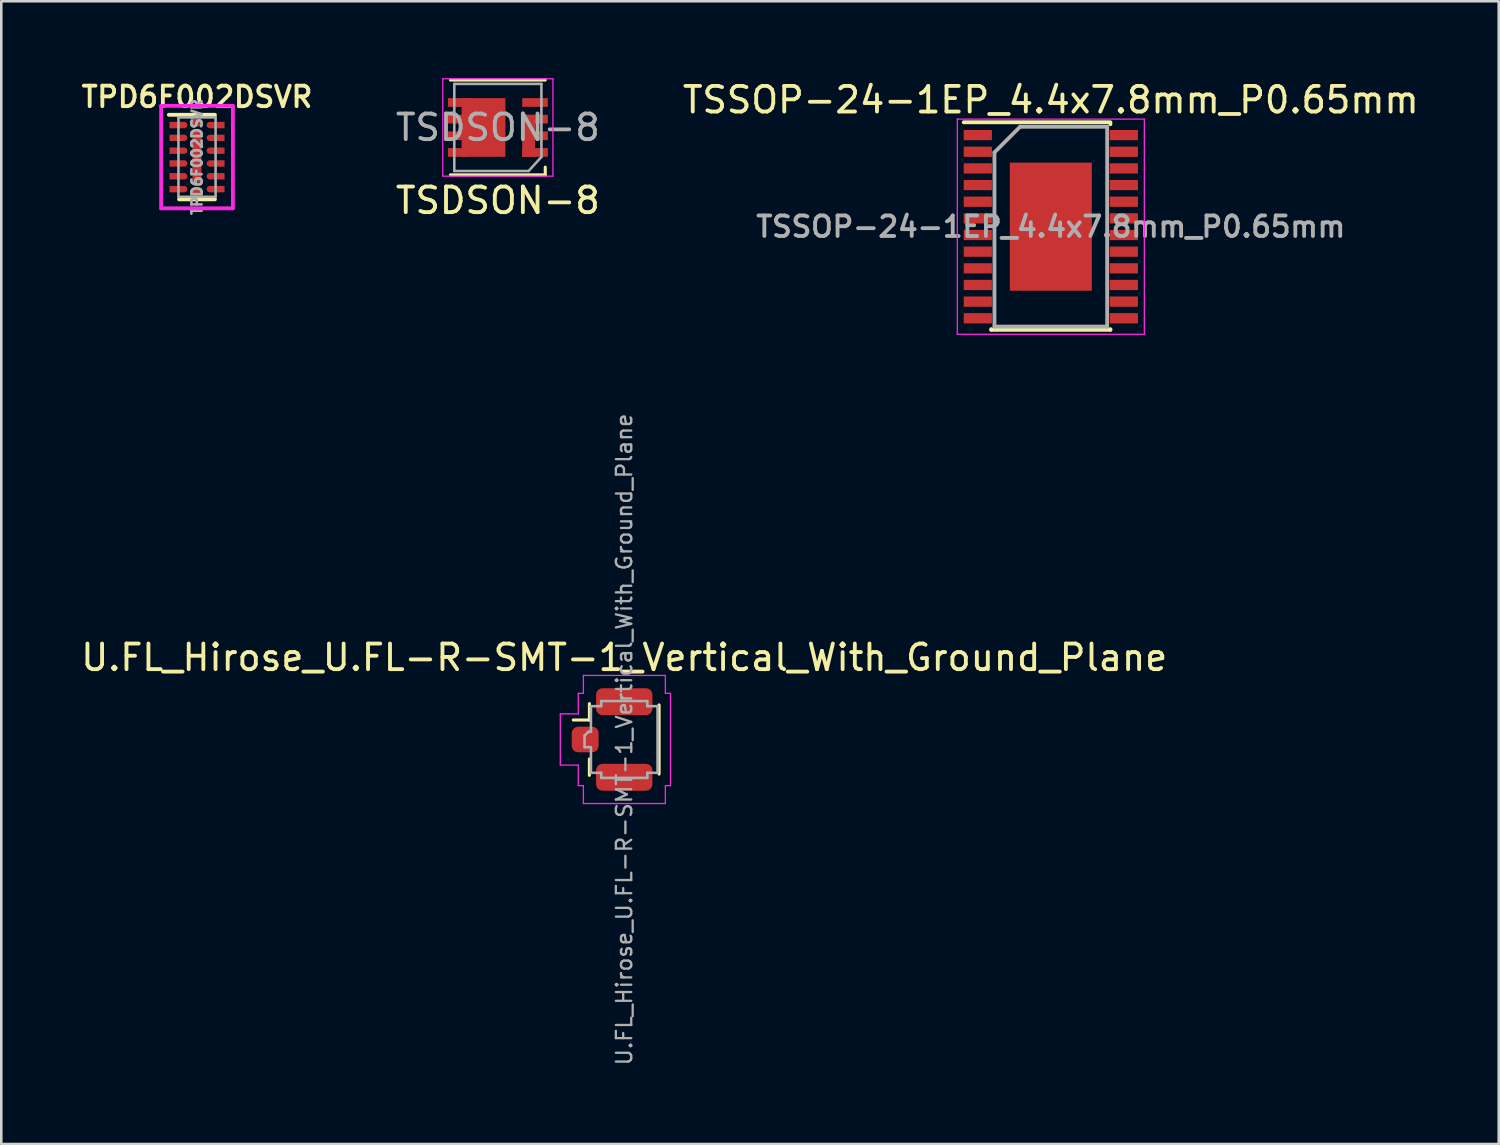
<source format=kicad_pcb>
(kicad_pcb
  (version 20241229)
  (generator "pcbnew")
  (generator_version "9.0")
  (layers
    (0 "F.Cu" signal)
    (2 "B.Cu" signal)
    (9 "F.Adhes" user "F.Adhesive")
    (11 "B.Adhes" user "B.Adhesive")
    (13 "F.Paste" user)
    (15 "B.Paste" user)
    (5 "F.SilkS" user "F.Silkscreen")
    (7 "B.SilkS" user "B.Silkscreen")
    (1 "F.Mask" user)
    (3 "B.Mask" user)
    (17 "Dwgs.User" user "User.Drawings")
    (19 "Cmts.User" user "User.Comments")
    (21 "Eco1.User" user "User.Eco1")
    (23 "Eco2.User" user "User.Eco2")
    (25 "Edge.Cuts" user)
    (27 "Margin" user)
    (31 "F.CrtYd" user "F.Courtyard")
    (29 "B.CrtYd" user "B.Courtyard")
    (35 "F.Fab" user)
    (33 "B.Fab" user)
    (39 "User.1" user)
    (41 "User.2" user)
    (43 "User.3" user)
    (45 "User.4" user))
  (footprint "TPD6F002DSVR"
    (layer "F.Cu")
    (at 4.64 3.081)
    (property "Reference" "TPD6F002DSVR" (at 0 -2.35 0) (layer "F.SilkS") (effects (font (size 0.8 0.8) (thickness 0.15))))
    (attr smd)
    (fp_line (start -1.1 -1.65) (end 0.7 -1.65) (stroke (width 0.15) (type solid)) (layer "F.SilkS"))
    (fp_line (start -0.7 1.65) (end 0.7 1.65) (stroke (width 0.15) (type solid)) (layer "F.SilkS"))
    (fp_line (start -1.4 -2) (end -1.4 2) (stroke (width 0.15) (type solid)) (layer "F.CrtYd"))
    (fp_line (start 1.4 -2) (end -1.4 -2) (stroke (width 0.15) (type solid)) (layer "F.CrtYd"))
    (fp_line (start 1.4 -2) (end 1.4 2) (stroke (width 0.15) (type solid)) (layer "F.CrtYd"))
    (fp_line (start 1.4 2) (end -1.4 2) (stroke (width 0.15) (type solid)) (layer "F.CrtYd"))
    (fp_line (start -0.725 -1.55) (end 0.725 -1.55) (stroke (width 0.1) (type solid)) (layer "F.Fab"))
    (fp_line (start -0.725 1.55) (end -0.725 -1.55) (stroke (width 0.1) (type solid)) (layer "F.Fab"))
    (fp_line (start -0.725 1.55) (end 0.725 1.55) (stroke (width 0.1) (type solid)) (layer "F.Fab"))
    (fp_line (start 0.725 1.55) (end 0.725 -1.55) (stroke (width 0.1) (type solid)) (layer "F.Fab"))
    (fp_text user "${REFERENCE}" (at 0 0 90) (layer "F.Fab") (effects (font (size 0.4 0.4) (thickness 0.1))))
    (pad "" smd rect (at 0 -1.375) (size 0.3 0.25) (layers "F.Paste"))
    (pad "" smd rect (at 0 -0.55) (size 0.3 0.8) (layers "F.Paste"))
    (pad "" smd rect (at 0 0.55) (size 0.3 0.8) (layers "F.Paste"))
    (pad "" smd rect (at 0 1.375) (size 0.3 0.25) (layers "F.Paste"))
    (pad "1" smd custom (at -0.787 -1.25 270) (size 0.25 0.575) (layers "F.Cu" "F.Mask" "F.Paste") (options (anchor rect)) (primitives (gr_circle (center 0 -0.287) (end 0.115 -0.287) (width 0.02) (fill yes)) (gr_rect (start -0.125 -0.287) (end 0.125 0.287) (width 0) (fill yes))))
    (pad "2" smd custom (at -0.787 -0.75 270) (size 0.25 0.575) (layers "F.Cu" "F.Mask" "F.Paste") (options (anchor rect)) (primitives (gr_circle (center 0 -0.287) (end 0.115 -0.287) (width 0.02) (fill yes)) (gr_rect (start -0.125 -0.287) (end 0.125 0.287) (width 0) (fill yes))))
    (pad "3" smd custom (at -0.787 -0.25 270) (size 0.25 0.575) (layers "F.Cu" "F.Mask" "F.Paste") (options (anchor rect)) (primitives (gr_circle (center 0 -0.287) (end 0.115 -0.287) (width 0.02) (fill yes)) (gr_rect (start -0.125 -0.287) (end 0.125 0.287) (width 0) (fill yes))))
    (pad "4" smd custom (at -0.787 0.25 270) (size 0.25 0.575) (layers "F.Cu" "F.Mask" "F.Paste") (options (anchor rect)) (primitives (gr_circle (center 0 -0.287) (end 0.115 -0.287) (width 0.02) (fill yes)) (gr_rect (start -0.125 -0.287) (end 0.125 0.287) (width 0) (fill yes))))
    (pad "5" smd custom (at -0.787 0.75 270) (size 0.25 0.575) (layers "F.Cu" "F.Mask" "F.Paste") (options (anchor rect)) (primitives (gr_circle (center 0 -0.287) (end 0.115 -0.287) (width 0.02) (fill yes)) (gr_rect (start -0.125 -0.287) (end 0.125 0.287) (width 0) (fill yes))))
    (pad "6" smd custom (at -0.787 1.25 270) (size 0.25 0.575) (layers "F.Cu" "F.Mask" "F.Paste") (options (anchor rect)) (primitives (gr_circle (center 0 -0.287) (end 0.115 -0.287) (width 0.02) (fill yes)) (gr_rect (start -0.125 -0.287) (end 0.125 0.287) (width 0) (fill yes))))
    (pad "7" smd custom (at 0.787 1.25 90) (size 0.25 0.575) (layers "F.Cu" "F.Mask" "F.Paste") (options (anchor rect)) (primitives (gr_circle (center 0 -0.287) (end 0.115 -0.287) (width 0.02) (fill yes)) (gr_rect (start -0.125 -0.287) (end 0.125 0.287) (width 0) (fill yes))))
    (pad "8" smd custom (at 0.787 0.75 90) (size 0.25 0.575) (layers "F.Cu" "F.Mask" "F.Paste") (options (anchor rect)) (primitives (gr_circle (center 0 -0.287) (end 0.115 -0.287) (width 0.02) (fill yes)) (gr_rect (start -0.125 -0.287) (end 0.125 0.287) (width 0) (fill yes))))
    (pad "9" smd custom (at 0.787 0.25 90) (size 0.25 0.575) (layers "F.Cu" "F.Mask" "F.Paste") (options (anchor rect)) (primitives (gr_circle (center 0 -0.287) (end 0.115 -0.287) (width 0.02) (fill yes)) (gr_rect (start -0.125 -0.287) (end 0.125 0.287) (width 0) (fill yes))))
    (pad "10" smd custom (at 0.787 -0.25 90) (size 0.25 0.575) (layers "F.Cu" "F.Mask" "F.Paste") (options (anchor rect)) (primitives (gr_circle (center 0 -0.287) (end 0.115 -0.287) (width 0.02) (fill yes)) (gr_rect (start -0.125 -0.287) (end 0.125 0.287) (width 0) (fill yes))))
    (pad "11" smd custom (at 0.787 -0.75 90) (size 0.25 0.575) (layers "F.Cu" "F.Mask" "F.Paste") (options (anchor rect)) (primitives (gr_circle (center 0 -0.287) (end 0.115 -0.287) (width 0.02) (fill yes)) (gr_rect (start -0.125 -0.287) (end 0.125 0.287) (width 0) (fill yes))))
    (pad "12" smd custom (at 0.787 -1.25 90) (size 0.25 0.575) (layers "F.Cu" "F.Mask" "F.Paste") (options (anchor rect)) (primitives (gr_circle (center 0 -0.287) (end 0.115 -0.287) (width 0.02) (fill yes)) (gr_rect (start -0.125 -0.287) (end 0.125 0.287) (width 0) (fill yes))))
    (pad "13" smd rect (at 0 -1.35) (size 0.35 0.3) (layers "F.Cu" "F.Mask"))
    (pad "13" smd rect (at 0 0) (size 0.35 2) (layers "F.Cu" "F.Mask"))
    (pad "13" smd rect (at 0 1.35) (size 0.35 0.3) (layers "F.Cu" "F.Mask")))
  (footprint "TSSOP-24-1EP_4.4x7.8mm_P0.65mm"
    (layer "F.Cu")
    (at 37.965 5.798)
    (property "Reference" "TSSOP-24-1EP_4.4x7.8mm_P0.65mm" (at 0 -4.95 0) (layer "F.SilkS") (effects (font (size 1 1) (thickness 0.15))))
    (attr smd)
    (fp_line (start -3.4 -4.075) (end 2.325 -4.075) (stroke (width 0.15) (type solid)) (layer "F.SilkS"))
    (fp_line (start -2.325 4.025) (end -2.325 4) (stroke (width 0.15) (type solid)) (layer "F.SilkS"))
    (fp_line (start -2.325 4.025) (end 2.325 4.025) (stroke (width 0.15) (type solid)) (layer "F.SilkS"))
    (fp_line (start 2.325 -4.025) (end 2.325 -4) (stroke (width 0.15) (type solid)) (layer "F.SilkS"))
    (fp_line (start 2.325 4.025) (end 2.325 4) (stroke (width 0.15) (type solid)) (layer "F.SilkS"))
    (fp_line (start -3.65 -4.2) (end -3.65 4.2) (stroke (width 0.05) (type solid)) (layer "F.CrtYd"))
    (fp_line (start -3.65 -4.2) (end 3.65 -4.2) (stroke (width 0.05) (type solid)) (layer "F.CrtYd"))
    (fp_line (start -3.65 4.2) (end 3.65 4.2) (stroke (width 0.05) (type solid)) (layer "F.CrtYd"))
    (fp_line (start 3.65 -4.2) (end 3.65 4.2) (stroke (width 0.05) (type solid)) (layer "F.CrtYd"))
    (fp_line (start -2.2 -2.9) (end -1.2 -3.9) (stroke (width 0.15) (type solid)) (layer "F.Fab"))
    (fp_line (start -2.2 3.9) (end -2.2 -2.9) (stroke (width 0.15) (type solid)) (layer "F.Fab"))
    (fp_line (start -1.2 -3.9) (end 2.2 -3.9) (stroke (width 0.15) (type solid)) (layer "F.Fab"))
    (fp_line (start 2.2 -3.9) (end 2.2 3.9) (stroke (width 0.15) (type solid)) (layer "F.Fab"))
    (fp_line (start 2.2 3.9) (end -2.2 3.9) (stroke (width 0.15) (type solid)) (layer "F.Fab"))
    (fp_text user "${REFERENCE}" (at 0 0 0) (layer "F.Fab") (effects (font (size 0.8 0.8) (thickness 0.15))))
    (pad "1" smd rect (at -2.85 -3.575) (size 1.1 0.4) (layers "F.Cu" "F.Mask" "F.Paste"))
    (pad "2" smd rect (at -2.85 -2.925) (size 1.1 0.4) (layers "F.Cu" "F.Mask" "F.Paste"))
    (pad "3" smd rect (at -2.85 -2.275) (size 1.1 0.4) (layers "F.Cu" "F.Mask" "F.Paste"))
    (pad "4" smd rect (at -2.85 -1.625) (size 1.1 0.4) (layers "F.Cu" "F.Mask" "F.Paste"))
    (pad "5" smd rect (at -2.85 -0.975) (size 1.1 0.4) (layers "F.Cu" "F.Mask" "F.Paste"))
    (pad "6" smd rect (at -2.85 -0.325) (size 1.1 0.4) (layers "F.Cu" "F.Mask" "F.Paste"))
    (pad "7" smd rect (at -2.85 0.325) (size 1.1 0.4) (layers "F.Cu" "F.Mask" "F.Paste"))
    (pad "8" smd rect (at -2.85 0.975) (size 1.1 0.4) (layers "F.Cu" "F.Mask" "F.Paste"))
    (pad "9" smd rect (at -2.85 1.625) (size 1.1 0.4) (layers "F.Cu" "F.Mask" "F.Paste"))
    (pad "10" smd rect (at -2.85 2.275) (size 1.1 0.4) (layers "F.Cu" "F.Mask" "F.Paste"))
    (pad "11" smd rect (at -2.85 2.925) (size 1.1 0.4) (layers "F.Cu" "F.Mask" "F.Paste"))
    (pad "12" smd rect (at -2.85 3.575) (size 1.1 0.4) (layers "F.Cu" "F.Mask" "F.Paste"))
    (pad "13" smd rect (at 2.85 3.575) (size 1.1 0.4) (layers "F.Cu" "F.Mask" "F.Paste"))
    (pad "14" smd rect (at 2.85 2.925) (size 1.1 0.4) (layers "F.Cu" "F.Mask" "F.Paste"))
    (pad "15" smd rect (at 2.85 2.275) (size 1.1 0.4) (layers "F.Cu" "F.Mask" "F.Paste"))
    (pad "16" smd rect (at 2.85 1.625) (size 1.1 0.4) (layers "F.Cu" "F.Mask" "F.Paste"))
    (pad "17" smd rect (at 2.85 0.975) (size 1.1 0.4) (layers "F.Cu" "F.Mask" "F.Paste"))
    (pad "18" smd rect (at 2.85 0.325) (size 1.1 0.4) (layers "F.Cu" "F.Mask" "F.Paste"))
    (pad "19" smd rect (at 2.85 -0.325) (size 1.1 0.4) (layers "F.Cu" "F.Mask" "F.Paste"))
    (pad "20" smd rect (at 2.85 -0.975) (size 1.1 0.4) (layers "F.Cu" "F.Mask" "F.Paste"))
    (pad "21" smd rect (at 2.85 -1.625) (size 1.1 0.4) (layers "F.Cu" "F.Mask" "F.Paste"))
    (pad "22" smd rect (at 2.85 -2.275) (size 1.1 0.4) (layers "F.Cu" "F.Mask" "F.Paste"))
    (pad "23" smd rect (at 2.85 -2.925) (size 1.1 0.4) (layers "F.Cu" "F.Mask" "F.Paste"))
    (pad "24" smd rect (at 2.85 -3.575) (size 1.1 0.4) (layers "F.Cu" "F.Mask" "F.Paste"))
    (pad "25" smd rect (at 0 0) (size 3.2 5) (layers "F.Cu" "F.Mask" "F.Paste")))
  (footprint "U.FL_Hirose_U.FL-R-SMT-1_Vertical_With_Ground_Plane"
    (layer "F.Cu")
    (at 20.84 25.813)
    (property "Reference" "U.FL_Hirose_U.FL-R-SMT-1_Vertical_With_Ground_Plane" (at 0.475 -3.2 0) (layer "F.SilkS") (effects (font (size 1 1) (thickness 0.15))))
    (attr smd)
    (fp_rect (start -0.515 -0.94) (end 1.575 0.94) (stroke (width 0) (type solid)) (fill yes) (layer "F.Mask"))
    (fp_line (start -0.885 -1.4) (end -0.885 -0.76) (stroke (width 0.12) (type solid)) (layer "F.SilkS"))
    (fp_line (start -0.885 -0.76) (end -1.515 -0.76) (stroke (width 0.12) (type solid)) (layer "F.SilkS"))
    (fp_line (start -0.885 1.4) (end -0.885 0.76) (stroke (width 0.12) (type solid)) (layer "F.SilkS"))
    (fp_line (start 1.835 -1.35) (end 1.835 1.35) (stroke (width 0.12) (type solid)) (layer "F.SilkS"))
    (fp_line (start -2.02 1) (end -2.02 -1) (stroke (width 0.05) (type solid)) (layer "F.CrtYd"))
    (fp_line (start -1.32 -1.8) (end -1.12 -1.8) (stroke (width 0.05) (type solid)) (layer "F.CrtYd"))
    (fp_line (start -1.32 -1) (end -2.02 -1) (stroke (width 0.05) (type solid)) (layer "F.CrtYd"))
    (fp_line (start -1.32 -1) (end -1.32 -1.8) (stroke (width 0.05) (type solid)) (layer "F.CrtYd"))
    (fp_line (start -1.32 1) (end -2.02 1) (stroke (width 0.05) (type solid)) (layer "F.CrtYd"))
    (fp_line (start -1.32 1.8) (end -1.32 1) (stroke (width 0.05) (type solid)) (layer "F.CrtYd"))
    (fp_line (start -1.32 1.8) (end -1.12 1.8) (stroke (width 0.05) (type solid)) (layer "F.CrtYd"))
    (fp_line (start -1.12 -1.8) (end -1.12 -2.5) (stroke (width 0.05) (type solid)) (layer "F.CrtYd"))
    (fp_line (start -1.12 2.5) (end -1.12 1.8) (stroke (width 0.05) (type solid)) (layer "F.CrtYd"))
    (fp_line (start 2.08 -2.5) (end -1.12 -2.5) (stroke (width 0.05) (type solid)) (layer "F.CrtYd"))
    (fp_line (start 2.08 -1.8) (end 2.08 -2.5) (stroke (width 0.05) (type solid)) (layer "F.CrtYd"))
    (fp_line (start 2.08 -1.8) (end 2.28 -1.8) (stroke (width 0.05) (type solid)) (layer "F.CrtYd"))
    (fp_line (start 2.08 1.8) (end 2.28 1.8) (stroke (width 0.05) (type solid)) (layer "F.CrtYd"))
    (fp_line (start 2.08 2.5) (end -1.12 2.5) (stroke (width 0.05) (type solid)) (layer "F.CrtYd"))
    (fp_line (start 2.08 2.5) (end 2.08 1.8) (stroke (width 0.05) (type solid)) (layer "F.CrtYd"))
    (fp_line (start 2.28 1.8) (end 2.28 -1.8) (stroke (width 0.05) (type solid)) (layer "F.CrtYd"))
    (fp_line (start -1.075 0.3) (end -1.075 -0.15) (stroke (width 0.1) (type solid)) (layer "F.Fab"))
    (fp_line (start -1.075 0.3) (end -0.825 0.3) (stroke (width 0.1) (type solid)) (layer "F.Fab"))
    (fp_line (start -0.925 -0.3) (end -1.075 -0.15) (stroke (width 0.1) (type solid)) (layer "F.Fab"))
    (fp_line (start -0.925 -0.3) (end -0.825 -0.3) (stroke (width 0.1) (type solid)) (layer "F.Fab"))
    (fp_line (start -0.825 -0.3) (end -0.825 -1.3) (stroke (width 0.1) (type solid)) (layer "F.Fab"))
    (fp_line (start -0.825 0.3) (end -0.825 1.3) (stroke (width 0.1) (type solid)) (layer "F.Fab"))
    (fp_line (start -0.425 -1.5) (end -0.425 -1.3) (stroke (width 0.1) (type solid)) (layer "F.Fab"))
    (fp_line (start -0.425 -1.5) (end 1.375 -1.5) (stroke (width 0.1) (type solid)) (layer "F.Fab"))
    (fp_line (start -0.425 -1.3) (end -0.825 -1.3) (stroke (width 0.1) (type solid)) (layer "F.Fab"))
    (fp_line (start -0.425 1.3) (end -0.825 1.3) (stroke (width 0.1) (type solid)) (layer "F.Fab"))
    (fp_line (start -0.425 1.5) (end -0.425 1.3) (stroke (width 0.1) (type solid)) (layer "F.Fab"))
    (fp_line (start -0.425 1.5) (end 1.375 1.5) (stroke (width 0.1) (type solid)) (layer "F.Fab"))
    (fp_line (start 1.375 -1.5) (end 1.375 -1.3) (stroke (width 0.1) (type solid)) (layer "F.Fab"))
    (fp_line (start 1.375 1.5) (end 1.375 1.3) (stroke (width 0.1) (type solid)) (layer "F.Fab"))
    (fp_line (start 1.775 -1.3) (end 1.375 -1.3) (stroke (width 0.1) (type solid)) (layer "F.Fab"))
    (fp_line (start 1.775 -1.3) (end 1.775 1.3) (stroke (width 0.1) (type solid)) (layer "F.Fab"))
    (fp_line (start 1.775 1.3) (end 1.375 1.3) (stroke (width 0.1) (type solid)) (layer "F.Fab"))
    (fp_text user "${REFERENCE}" (at 0.475 0 90) (layer "F.Fab") (effects (font (size 0.6 0.6) (thickness 0.09))))
    (pad "1" smd roundrect (at -1.05 0) (size 1.05 1) (layers "F.Cu" "F.Mask" "F.Paste") (roundrect_rratio 0.25))
    (pad "2" smd roundrect (at 0.475 -1.475) (size 2.2 1.05) (layers "F.Cu" "F.Mask" "F.Paste") (roundrect_rratio 0.238))
    (pad "2" smd roundrect (at 0.475 1.475) (size 2.2 1.05) (layers "F.Cu" "F.Mask" "F.Paste") (roundrect_rratio 0.238))
    (zone (net_name "") (layer "F.Cu") (hatch edge 0.5) (connect_pads) (min_thickness 0.25) (filled_areas_thickness no) (keepout (tracks allowed) (vias allowed) (pads allowed) (copperpour not_allowed) (footprints allowed)) (placement (enabled no)) (fill) (polygon (pts (xy 22.415 24.863) (xy 20.325 24.863) (xy 20.325 26.763) (xy 22.415 26.763))))
    (zone (net_name "") (layers "F.Cu" "B.Cu") (hatch edge 0.5) (connect_pads) (min_thickness 0.25) (filled_areas_thickness no) (keepout (tracks not_allowed) (vias not_allowed) (pads not_allowed) (copperpour allowed) (footprints allowed)) (placement (enabled no)) (fill) (polygon (pts (xy 22.415 24.863) (xy 20.325 24.863) (xy 20.325 26.763) (xy 22.415 26.763)))))
  (footprint "TSDSON-8"
    (layer "F.Cu")
    (at 16.382 1.925)
    (property "Reference" "TSDSON-8" (at 0 2.85 180) (layer "F.SilkS") (effects (font (size 1 1) (thickness 0.15))))
    (attr smd)
    (fp_line (start -1.85 -1.85) (end 1.85 -1.85) (stroke (width 0.12) (type solid)) (layer "F.SilkS"))
    (fp_line (start 1.85 1.85) (end -1.85 1.85) (stroke (width 0.12) (type solid)) (layer "F.SilkS"))
    (fp_line (start 1.85 1.85) (end 1.85 1.55) (stroke (width 0.12) (type solid)) (layer "F.SilkS"))
    (fp_line (start -2.15 -1.9) (end 2.15 -1.9) (stroke (width 0.05) (type solid)) (layer "F.CrtYd"))
    (fp_line (start -2.15 1.9) (end -2.15 -1.9) (stroke (width 0.05) (type solid)) (layer "F.CrtYd"))
    (fp_line (start 2.15 1.9) (end -2.15 1.9) (stroke (width 0.05) (type solid)) (layer "F.CrtYd"))
    (fp_line (start 2.15 1.9) (end 2.15 -1.9) (stroke (width 0.05) (type solid)) (layer "F.CrtYd"))
    (fp_line (start -1.7 -1.7) (end -1.7 1.7) (stroke (width 0.1) (type solid)) (layer "F.Fab"))
    (fp_line (start -1.7 -1.7) (end 1.7 -1.7) (stroke (width 0.1) (type solid)) (layer "F.Fab"))
    (fp_line (start -1.7 1.7) (end 1.2 1.7) (stroke (width 0.1) (type solid)) (layer "F.Fab"))
    (fp_line (start 1.2 1.7) (end 1.7 1.15) (stroke (width 0.1) (type solid)) (layer "F.Fab"))
    (fp_line (start 1.7 -1.7) (end 1.7 1.15) (stroke (width 0.1) (type solid)) (layer "F.Fab"))
    (fp_text user "${REFERENCE}" (at 0 0 180) (layer "F.Fab") (effects (font (size 1 1) (thickness 0.15))))
    (pad "" smd rect (at -1.682 -0.975 180) (size 0.535 0.34) (layers "F.Paste"))
    (pad "" smd rect (at -1.682 -0.325 180) (size 0.535 0.34) (layers "F.Paste"))
    (pad "" smd rect (at -1.682 0.325 180) (size 0.535 0.34) (layers "F.Paste"))
    (pad "" smd rect (at -1.682 0.975 180) (size 0.535 0.34) (layers "F.Paste"))
    (pad "" smd rect (at -0.887 -0.627 180) (size 0.655 1.045) (layers "F.Paste"))
    (pad "" smd rect (at -0.887 0.623 180) (size 0.655 1.045) (layers "F.Paste"))
    (pad "" smd rect (at -0.033 -0.627 180) (size 0.655 1.045) (layers "F.Paste"))
    (pad "" smd rect (at -0.033 0.623 180) (size 0.655 1.045) (layers "F.Paste"))
    (pad "" smd rect (at 1.1 0.325) (size 0.3 1.64) (layers "F.Paste"))
    (pad "" smd rect (at 1.45 -0.975 180) (size 1 0.34) (layers "F.Paste"))
    (pad "" smd rect (at 1.7 -0.325 180) (size 0.5 0.34) (layers "F.Paste"))
    (pad "" smd rect (at 1.7 0.325 180) (size 0.5 0.34) (layers "F.Paste"))
    (pad "" smd rect (at 1.7 0.975 180) (size 0.5 0.34) (layers "F.Paste"))
    (pad "1" smd rect (at 1.2 0.325 180) (size 0.5 1.64) (layers "F.Cu" "F.Mask"))
    (pad "1" smd rect (at 1.45 -0.325 180) (size 1 0.34) (layers "F.Cu" "F.Mask"))
    (pad "1" smd rect (at 1.45 0.325 180) (size 1 0.34) (layers "F.Cu" "F.Mask"))
    (pad "1" smd rect (at 1.45 0.975 180) (size 1 0.34) (layers "F.Cu" "F.Mask"))
    (pad "2" smd rect (at 1.45 -0.975 180) (size 1 0.34) (layers "F.Cu" "F.Mask"))
    (pad "3" smd rect (at -1.582 0.975 180) (size 0.736 0.34) (layers "F.Cu" "F.Mask"))
    (pad "3" smd rect (at -1.45 -0.975 180) (size 1 0.34) (layers "F.Cu" "F.Mask"))
    (pad "3" smd rect (at -1.45 -0.325 180) (size 1 0.34) (layers "F.Cu" "F.Mask"))
    (pad "3" smd rect (at -1.45 0.325 180) (size 1 0.34) (layers "F.Cu" "F.Mask"))
    (pad "3" smd rect (at -0.56 0 180) (size 1.71 2.29) (layers "F.Cu" "F.Mask")))
  (gr_rect
    (start -3 -3)
    (end 55.447 41.602)
    (stroke (width 0.1) (type default))
    (fill no)
    (layer "Edge.Cuts")))
</source>
